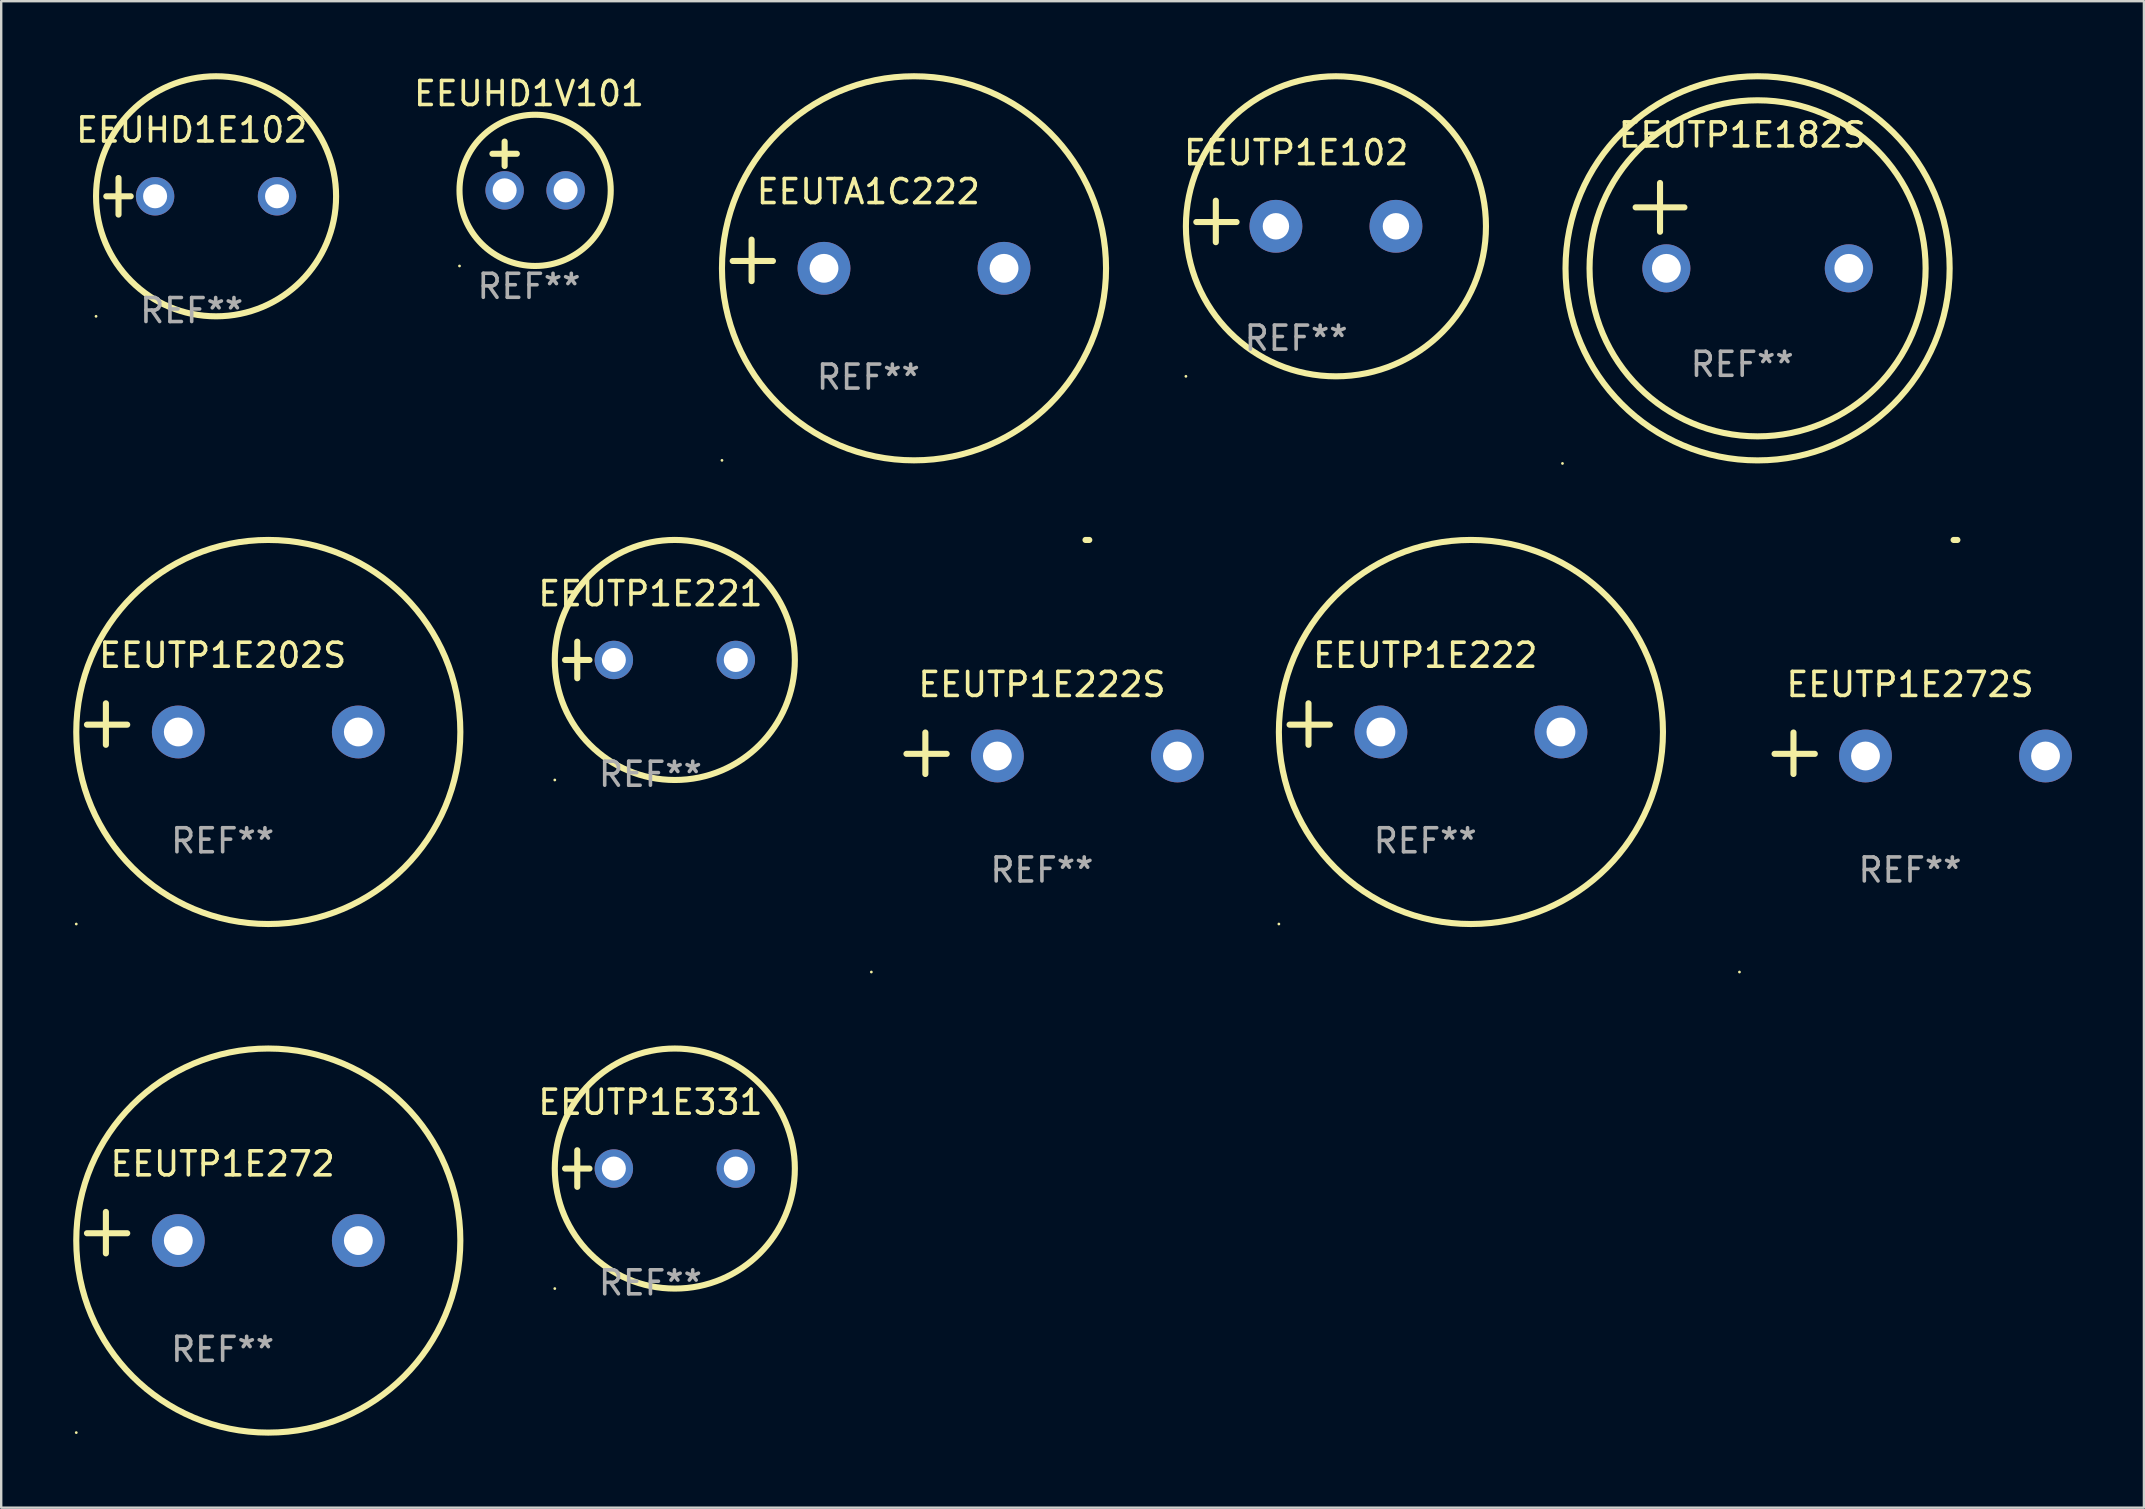
<source format=kicad_pcb>
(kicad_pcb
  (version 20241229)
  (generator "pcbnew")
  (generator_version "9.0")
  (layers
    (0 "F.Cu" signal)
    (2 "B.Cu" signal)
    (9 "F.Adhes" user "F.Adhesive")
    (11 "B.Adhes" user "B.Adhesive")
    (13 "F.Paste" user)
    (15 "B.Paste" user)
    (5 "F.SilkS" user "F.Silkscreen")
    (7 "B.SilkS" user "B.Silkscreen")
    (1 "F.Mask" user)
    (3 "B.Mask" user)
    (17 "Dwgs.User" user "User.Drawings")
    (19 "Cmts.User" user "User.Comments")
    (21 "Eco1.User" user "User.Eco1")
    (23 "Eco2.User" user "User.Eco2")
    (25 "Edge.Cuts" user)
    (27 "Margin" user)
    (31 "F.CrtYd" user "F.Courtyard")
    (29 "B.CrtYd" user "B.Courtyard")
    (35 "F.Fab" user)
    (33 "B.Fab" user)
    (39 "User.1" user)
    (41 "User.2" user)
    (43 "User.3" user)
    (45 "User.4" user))
  (footprint "EEUTP1E222"
    (layer "F.Cu")
    (at 56.324 27.113)
    (property "Reference" "EEUTP1E222" (at 0 -2.864 0) (layer "F.SilkS") (effects (font (size 1 1) (thickness 0.15))))
    (attr through_hole)
    (fp_line (start -4.864 0.864) (end -4.864 -0.864) (stroke (width 0.254) (type solid)) (layer "F.SilkS"))
    (fp_line (start -3.975 0.025) (end -5.652 0.025) (stroke (width 0.254) (type solid)) (layer "F.SilkS"))
    (fp_circle (center -6.098 8.33) (end -6.068 8.33) (stroke (width 0.06) (type solid)) (fill no) (layer "F.SilkS"))
    (fp_circle (center 1.902 0.33) (end 9.902 0.33) (stroke (width 0.254) (type solid)) (fill no) (layer "F.SilkS"))
    (fp_text user "REF**" (at 0 4.864 0) (layer "F.Fab") (effects (font (size 1 1) (thickness 0.15))))
    (pad "1" thru_hole circle (at -1.848 0.33) (size 2.2 2.2) (drill 1.2) (layers "*.Cu" "*.Mask"))
    (pad "2" thru_hole circle (at 5.652 0.33) (size 2.2 2.2) (drill 1.2) (layers "*.Cu" "*.Mask")))
  (footprint "EEUTP1E221"
    (layer "F.Cu")
    (at 24.046 24.443)
    (property "Reference" "EEUTP1E221" (at 0 -2.762 0) (layer "F.SilkS") (effects (font (size 1 1) (thickness 0.15))))
    (attr through_hole)
    (fp_line (start -3.556 0) (end -2.54 0) (stroke (width 0.254) (type solid)) (layer "F.SilkS"))
    (fp_line (start -3.048 -0.762) (end -3.048 0.762) (stroke (width 0.254) (type solid)) (layer "F.SilkS"))
    (fp_circle (center -3.984 5) (end -3.954 5) (stroke (width 0.06) (type solid)) (fill no) (layer "F.SilkS"))
    (fp_circle (center 1.016 0) (end 6.016 0) (stroke (width 0.254) (type solid)) (fill no) (layer "F.SilkS"))
    (fp_text user "REF**" (at 0 4.762 0) (layer "F.Fab") (effects (font (size 1 1) (thickness 0.15))))
    (pad "1" thru_hole circle (at -1.524 0) (size 1.6 1.6) (drill 1) (layers "*.Cu" "*.Mask"))
    (pad "2" thru_hole circle (at 3.556 0) (size 1.6 1.6) (drill 1) (layers "*.Cu" "*.Mask")))
  (footprint "EEUTP1E272S"
    (layer "F.Cu")
    (at 76.519 28.329)
    (property "Reference" "EEUTP1E272S" (at 0 -2.864 0) (layer "F.SilkS") (effects (font (size 1 1) (thickness 0.15))))
    (attr through_hole)
    (fp_line (start -4.856 0.864) (end -4.856 -0.864) (stroke (width 0.254) (type solid)) (layer "F.SilkS"))
    (fp_line (start -3.967 0.025) (end -5.644 0.025) (stroke (width 0.254) (type solid)) (layer "F.SilkS"))
    (fp_arc (start 1.815024 -8.885649) (mid 1.893764 -8.88599) (end 1.972504 -8.885649) (stroke (width 0.254001) (type solid)) (layer "F.SilkS"))
    (fp_circle (center -7.106 9.114) (end -7.076 9.114) (stroke (width 0.06) (type solid)) (fill no) (layer "F.SilkS"))
    (fp_text user "REF**" (at 0 4.864 0) (layer "F.Fab") (effects (font (size 1 1) (thickness 0.15))))
    (pad "1" thru_hole circle (at -1.856 0.114) (size 2.2 2.2) (drill 1.2) (layers "*.Cu" "*.Mask"))
    (pad "2" thru_hole circle (at 5.644 0.114) (size 2.2 2.2) (drill 1.2) (layers "*.Cu" "*.Mask")))
  (footprint "EEUHD1E102"
    (layer "F.Cu")
    (at 4.935 5.127)
    (property "Reference" "EEUHD1E102" (at 0 -2.762 0) (layer "F.SilkS") (effects (font (size 1 1) (thickness 0.15))))
    (attr through_hole)
    (fp_line (start -3.556 0) (end -2.54 0) (stroke (width 0.254) (type solid)) (layer "F.SilkS"))
    (fp_line (start -3.048 -0.762) (end -3.048 0.762) (stroke (width 0.254) (type solid)) (layer "F.SilkS"))
    (fp_circle (center -3.984 5) (end -3.954 5) (stroke (width 0.06) (type solid)) (fill no) (layer "F.SilkS"))
    (fp_circle (center 1.016 0) (end 6.016 0) (stroke (width 0.254) (type solid)) (fill no) (layer "F.SilkS"))
    (fp_text user "REF**" (at 0 4.762 0) (layer "F.Fab") (effects (font (size 1 1) (thickness 0.15))))
    (pad "1" thru_hole circle (at -1.524 0) (size 1.6 1.6) (drill 1) (layers "*.Cu" "*.Mask"))
    (pad "2" thru_hole circle (at 3.556 0) (size 1.6 1.6) (drill 1) (layers "*.Cu" "*.Mask")))
  (footprint "EEUTP1E182S"
    (layer "F.Cu")
    (at 69.528 6.35)
    (property "Reference" "EEUTP1E182S" (at 0 -3.778 0) (layer "F.SilkS") (effects (font (size 1 1) (thickness 0.15))))
    (attr through_hole)
    (fp_line (start -4.44 -0.762) (end -2.408 -0.762) (stroke (width 0.254) (type solid)) (layer "F.SilkS"))
    (fp_line (start -3.424 -1.778) (end -3.424 0.254) (stroke (width 0.254) (type solid)) (layer "F.SilkS"))
    (fp_circle (center -7.488 9.906) (end -7.458 9.906) (stroke (width 0.06) (type solid)) (fill no) (layer "F.SilkS"))
    (fp_circle (center 0.64 1.778) (end 7.64 1.778) (stroke (width 0.254) (type solid)) (fill no) (layer "F.SilkS"))
    (fp_circle (center 0.64 1.778) (end 8.641 1.778) (stroke (width 0.254) (type solid)) (fill no) (layer "F.SilkS"))
    (fp_text user "REF**" (at 0 5.778 0) (layer "F.Fab") (effects (font (size 1 1) (thickness 0.15))))
    (pad "1" thru_hole circle (at -3.16 1.778) (size 2 2) (drill 1.2) (layers "*.Cu" "*.Mask"))
    (pad "2" thru_hole circle (at 4.44 1.778) (size 2 2) (drill 1.2) (layers "*.Cu" "*.Mask")))
  (footprint "EEUTP1E331"
    (layer "F.Cu")
    (at 24.046 45.63)
    (property "Reference" "EEUTP1E331" (at 0 -2.762 0) (layer "F.SilkS") (effects (font (size 1 1) (thickness 0.15))))
    (attr through_hole)
    (fp_line (start -3.556 0) (end -2.54 0) (stroke (width 0.254) (type solid)) (layer "F.SilkS"))
    (fp_line (start -3.048 -0.762) (end -3.048 0.762) (stroke (width 0.254) (type solid)) (layer "F.SilkS"))
    (fp_circle (center -3.984 5) (end -3.954 5) (stroke (width 0.06) (type solid)) (fill no) (layer "F.SilkS"))
    (fp_circle (center 1.016 0) (end 6.016 0) (stroke (width 0.254) (type solid)) (fill no) (layer "F.SilkS"))
    (fp_text user "REF**" (at 0 4.762 0) (layer "F.Fab") (effects (font (size 1 1) (thickness 0.15))))
    (pad "1" thru_hole circle (at -1.524 0) (size 1.6 1.6) (drill 1) (layers "*.Cu" "*.Mask"))
    (pad "2" thru_hole circle (at 3.556 0) (size 1.6 1.6) (drill 1) (layers "*.Cu" "*.Mask")))
  (footprint "EEUTA1C222"
    (layer "F.Cu")
    (at 33.124 7.797)
    (property "Reference" "EEUTA1C222" (at 0 -2.864 0) (layer "F.SilkS") (effects (font (size 1 1) (thickness 0.15))))
    (attr through_hole)
    (fp_line (start -4.864 0.864) (end -4.864 -0.864) (stroke (width 0.254) (type solid)) (layer "F.SilkS"))
    (fp_line (start -3.975 0.025) (end -5.652 0.025) (stroke (width 0.254) (type solid)) (layer "F.SilkS"))
    (fp_circle (center -6.098 8.33) (end -6.068 8.33) (stroke (width 0.06) (type solid)) (fill no) (layer "F.SilkS"))
    (fp_circle (center 1.902 0.33) (end 9.902 0.33) (stroke (width 0.254) (type solid)) (fill no) (layer "F.SilkS"))
    (fp_text user "REF**" (at 0 4.864 0) (layer "F.Fab") (effects (font (size 1 1) (thickness 0.15))))
    (pad "1" thru_hole circle (at -1.848 0.33) (size 2.2 2.2) (drill 1.2) (layers "*.Cu" "*.Mask"))
    (pad "2" thru_hole circle (at 5.652 0.33) (size 2.2 2.2) (drill 1.2) (layers "*.Cu" "*.Mask")))
  (footprint "EEUTP1E102"
    (layer "F.Cu")
    (at 50.945 6.174)
    (property "Reference" "EEUTP1E102" (at 0 -2.864 0) (layer "F.SilkS") (effects (font (size 1 1) (thickness 0.15))))
    (attr through_hole)
    (fp_line (start -3.346 0.864) (end -3.346 -0.864) (stroke (width 0.254) (type solid)) (layer "F.SilkS"))
    (fp_line (start -2.482 0.025) (end -4.158 0.025) (stroke (width 0.254) (type solid)) (layer "F.SilkS"))
    (fp_circle (center -4.592 6.453) (end -4.562 6.453) (stroke (width 0.06) (type solid)) (fill no) (layer "F.SilkS"))
    (fp_circle (center 1.658 0.203) (end 7.908 0.203) (stroke (width 0.254) (type solid)) (fill no) (layer "F.SilkS"))
    (fp_text user "REF**" (at 0 4.864 0) (layer "F.Fab") (effects (font (size 1 1) (thickness 0.15))))
    (pad "1" thru_hole circle (at -0.842 0.203) (size 2.2 2.2) (drill 1.1) (layers "*.Cu" "*.Mask"))
    (pad "2" thru_hole circle (at 4.158 0.203) (size 2.2 2.2) (drill 1.1) (layers "*.Cu" "*.Mask")))
  (footprint "EEUTP1E272"
    (layer "F.Cu")
    (at 6.225 48.3)
    (property "Reference" "EEUTP1E272" (at 0 -2.864 0) (layer "F.SilkS") (effects (font (size 1 1) (thickness 0.15))))
    (attr through_hole)
    (fp_line (start -4.864 0.864) (end -4.864 -0.864) (stroke (width 0.254) (type solid)) (layer "F.SilkS"))
    (fp_line (start -3.975 0.025) (end -5.652 0.025) (stroke (width 0.254) (type solid)) (layer "F.SilkS"))
    (fp_circle (center -6.098 8.33) (end -6.068 8.33) (stroke (width 0.06) (type solid)) (fill no) (layer "F.SilkS"))
    (fp_circle (center 1.902 0.33) (end 9.902 0.33) (stroke (width 0.254) (type solid)) (fill no) (layer "F.SilkS"))
    (fp_text user "REF**" (at 0 4.864 0) (layer "F.Fab") (effects (font (size 1 1) (thickness 0.15))))
    (pad "1" thru_hole circle (at -1.848 0.33) (size 2.2 2.2) (drill 1.2) (layers "*.Cu" "*.Mask"))
    (pad "2" thru_hole circle (at 5.652 0.33) (size 2.2 2.2) (drill 1.2) (layers "*.Cu" "*.Mask")))
  (footprint "EEUTP1E202S"
    (layer "F.Cu")
    (at 6.225 27.113)
    (property "Reference" "EEUTP1E202S" (at 0 -2.864 0) (layer "F.SilkS") (effects (font (size 1 1) (thickness 0.15))))
    (attr through_hole)
    (fp_line (start -4.864 0.864) (end -4.864 -0.864) (stroke (width 0.254) (type solid)) (layer "F.SilkS"))
    (fp_line (start -3.975 0.025) (end -5.652 0.025) (stroke (width 0.254) (type solid)) (layer "F.SilkS"))
    (fp_circle (center -6.098 8.33) (end -6.068 8.33) (stroke (width 0.06) (type solid)) (fill no) (layer "F.SilkS"))
    (fp_circle (center 1.902 0.33) (end 9.902 0.33) (stroke (width 0.254) (type solid)) (fill no) (layer "F.SilkS"))
    (fp_text user "REF**" (at 0 4.864 0) (layer "F.Fab") (effects (font (size 1 1) (thickness 0.15))))
    (pad "1" thru_hole circle (at -1.848 0.33) (size 2.2 2.2) (drill 1.2) (layers "*.Cu" "*.Mask"))
    (pad "2" thru_hole circle (at 5.652 0.33) (size 2.2 2.2) (drill 1.2) (layers "*.Cu" "*.Mask")))
  (footprint "EEUHD1V101"
    (layer "F.Cu")
    (at 18.988 3.864)
    (property "Reference" "EEUHD1V101" (at 0 -3.016 0) (layer "F.SilkS") (effects (font (size 1 1) (thickness 0.15))))
    (attr through_hole)
    (fp_line (start -1.524 -0.508) (end -0.508 -0.508) (stroke (width 0.254) (type solid)) (layer "F.SilkS"))
    (fp_line (start -1.016 -1.016) (end -1.016 0) (stroke (width 0.254) (type solid)) (layer "F.SilkS"))
    (fp_circle (center -2.896 4.166) (end -2.866 4.166) (stroke (width 0.06) (type solid)) (fill no) (layer "F.SilkS"))
    (fp_circle (center 0.254 1.016) (end 3.404 1.016) (stroke (width 0.254) (type solid)) (fill no) (layer "F.SilkS"))
    (fp_text user "REF**" (at 0 5.016 0) (layer "F.Fab") (effects (font (size 1 1) (thickness 0.15))))
    (pad "1" thru_hole circle (at -1.016 1.016) (size 1.6 1.6) (drill 1) (layers "*.Cu" "*.Mask"))
    (pad "2" thru_hole circle (at 1.524 1.016) (size 1.6 1.6) (drill 1) (layers "*.Cu" "*.Mask")))
  (footprint "EEUTP1E222S"
    (layer "F.Cu")
    (at 40.355 28.329)
    (property "Reference" "EEUTP1E222S" (at 0 -2.864 0) (layer "F.SilkS") (effects (font (size 1 1) (thickness 0.15))))
    (attr through_hole)
    (fp_line (start -4.856 0.864) (end -4.856 -0.864) (stroke (width 0.254) (type solid)) (layer "F.SilkS"))
    (fp_line (start -3.967 0.025) (end -5.644 0.025) (stroke (width 0.254) (type solid)) (layer "F.SilkS"))
    (fp_arc (start 1.815024 -8.885649) (mid 1.893764 -8.88599) (end 1.972504 -8.885649) (stroke (width 0.254001) (type solid)) (layer "F.SilkS"))
    (fp_circle (center -7.106 9.114) (end -7.076 9.114) (stroke (width 0.06) (type solid)) (fill no) (layer "F.SilkS"))
    (fp_text user "REF**" (at 0 4.864 0) (layer "F.Fab") (effects (font (size 1 1) (thickness 0.15))))
    (pad "1" thru_hole circle (at -1.856 0.114) (size 2.2 2.2) (drill 1.2) (layers "*.Cu" "*.Mask"))
    (pad "2" thru_hole circle (at 5.644 0.114) (size 2.2 2.2) (drill 1.2) (layers "*.Cu" "*.Mask")))
  (gr_rect
    (start -3 -3)
    (end 86.263 59.757)
    (stroke (width 0.1) (type default))
    (fill no)
    (layer "Edge.Cuts")))
</source>
